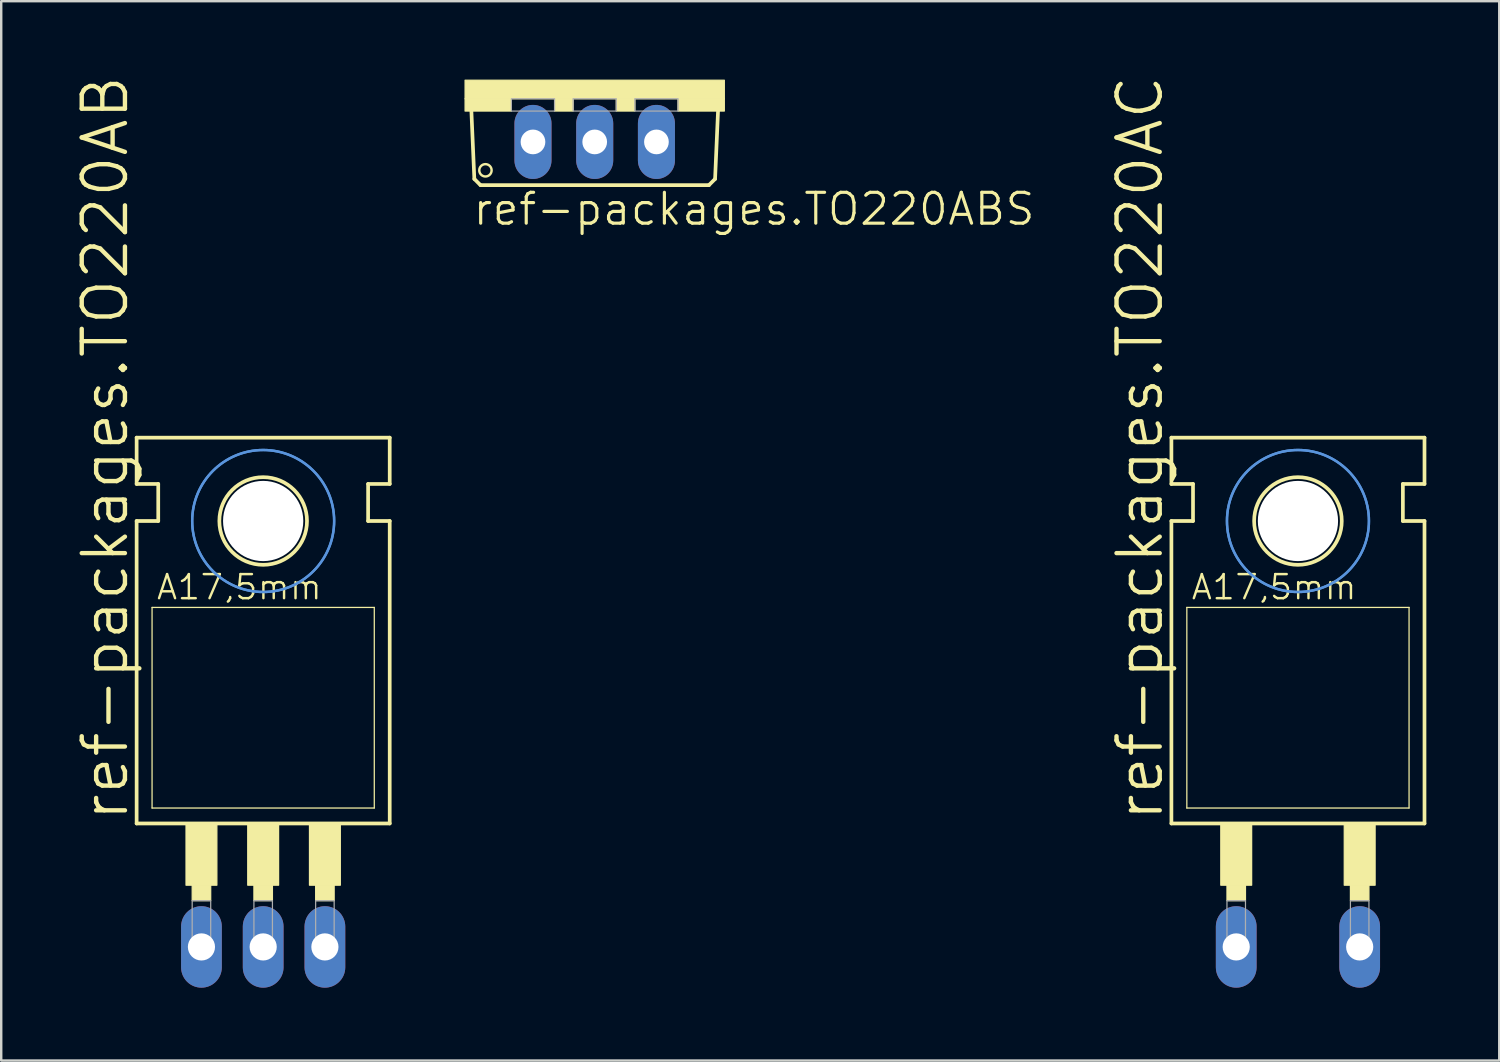
<source format=kicad_pcb>
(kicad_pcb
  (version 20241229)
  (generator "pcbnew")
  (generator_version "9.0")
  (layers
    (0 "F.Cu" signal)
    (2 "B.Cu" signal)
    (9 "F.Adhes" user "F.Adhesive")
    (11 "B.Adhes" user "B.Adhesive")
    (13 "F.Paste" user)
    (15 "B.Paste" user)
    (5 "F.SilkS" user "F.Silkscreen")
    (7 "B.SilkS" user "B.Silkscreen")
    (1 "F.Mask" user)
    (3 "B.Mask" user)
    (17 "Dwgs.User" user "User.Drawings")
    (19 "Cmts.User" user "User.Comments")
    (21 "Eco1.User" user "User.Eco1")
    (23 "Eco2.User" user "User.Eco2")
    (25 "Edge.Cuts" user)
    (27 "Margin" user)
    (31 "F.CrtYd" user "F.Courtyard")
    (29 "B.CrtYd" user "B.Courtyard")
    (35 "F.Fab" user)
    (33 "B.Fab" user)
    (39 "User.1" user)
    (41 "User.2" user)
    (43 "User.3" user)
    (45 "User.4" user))
  (footprint "ref-packages.TO220AB"
    (layer "F.Cu")
    (at 7.779 29.564)
    (property "Reference" "ref-packages.TO220AB" (at -5.461 1.27 90) (layer "F.SilkS") (effects (font (size 1.778 1.778) (thickness 0.18)) (justify left bottom)))
    (attr through_hole)
    (fp_line (start -5.207 -12.7) (end -5.207 -14.605) (stroke (width 0.152) (type default)) (layer "F.SilkS"))
    (fp_line (start -5.207 -11.176) (end -4.318 -11.176) (stroke (width 0.152) (type default)) (layer "F.SilkS"))
    (fp_line (start -5.207 1.27) (end -5.207 -11.176) (stroke (width 0.152) (type default)) (layer "F.SilkS"))
    (fp_line (start -5.207 1.27) (end 5.207 1.27) (stroke (width 0.152) (type default)) (layer "F.SilkS"))
    (fp_line (start -4.572 0.635) (end -4.572 -7.62) (stroke (width 0.051) (type default)) (layer "F.SilkS"))
    (fp_line (start -4.572 0.635) (end 4.572 0.635) (stroke (width 0.051) (type default)) (layer "F.SilkS"))
    (fp_line (start -4.318 -12.7) (end -5.207 -12.7) (stroke (width 0.152) (type default)) (layer "F.SilkS"))
    (fp_line (start -4.318 -11.176) (end -4.318 -12.7) (stroke (width 0.152) (type default)) (layer "F.SilkS"))
    (fp_line (start 4.318 -12.7) (end 5.207 -12.7) (stroke (width 0.152) (type default)) (layer "F.SilkS"))
    (fp_line (start 4.318 -11.176) (end 4.318 -12.7) (stroke (width 0.152) (type default)) (layer "F.SilkS"))
    (fp_line (start 4.572 -7.62) (end -4.572 -7.62) (stroke (width 0.051) (type default)) (layer "F.SilkS"))
    (fp_line (start 4.572 -7.62) (end 4.572 0.635) (stroke (width 0.051) (type default)) (layer "F.SilkS"))
    (fp_line (start 5.207 -14.605) (end -5.207 -14.605) (stroke (width 0.152) (type default)) (layer "F.SilkS"))
    (fp_line (start 5.207 -12.7) (end 5.207 -14.605) (stroke (width 0.152) (type default)) (layer "F.SilkS"))
    (fp_line (start 5.207 -11.176) (end 4.318 -11.176) (stroke (width 0.152) (type default)) (layer "F.SilkS"))
    (fp_line (start 5.207 1.27) (end 5.207 -11.176) (stroke (width 0.152) (type default)) (layer "F.SilkS"))
    (fp_rect (start -3.175 3.81) (end -1.905 1.27) (stroke (width 0.05) (type default)) (fill yes) (layer "F.SilkS"))
    (fp_rect (start -2.921 4.445) (end -2.159 3.81) (stroke (width 0.05) (type default)) (fill yes) (layer "F.SilkS"))
    (fp_rect (start -0.635 3.81) (end 0.635 1.27) (stroke (width 0.05) (type default)) (fill yes) (layer "F.SilkS"))
    (fp_rect (start -0.381 4.445) (end 0.381 3.81) (stroke (width 0.05) (type default)) (fill yes) (layer "F.SilkS"))
    (fp_rect (start 1.905 3.81) (end 3.175 1.27) (stroke (width 0.05) (type default)) (fill yes) (layer "F.SilkS"))
    (fp_rect (start 2.159 4.445) (end 2.921 3.81) (stroke (width 0.05) (type default)) (fill yes) (layer "F.SilkS"))
    (fp_circle (center 0 -11.176) (end 1.803 -11.176) (stroke (width 0.152) (type default)) (fill no) (layer "F.SilkS"))
    (fp_circle (center 0 -11.176) (end 2.921 -11.176) (stroke (width 0.1) (type default)) (fill no) (layer "Cmts.User"))
    (fp_circle (center 0 -11.176) (end 2.921 -11.176) (stroke (width 0.1) (type default)) (fill no) (layer "Cmts.User"))
    (fp_rect (start -2.921 6.35) (end -2.159 4.445) (stroke (width 0.05) (type default)) (fill no) (layer "F.Fab"))
    (fp_rect (start -0.381 6.35) (end 0.381 4.445) (stroke (width 0.05) (type default)) (fill no) (layer "F.Fab"))
    (fp_rect (start 2.159 6.35) (end 2.921 4.445) (stroke (width 0.05) (type default)) (fill no) (layer "F.Fab"))
    (fp_text user "A17,5mm" (at -4.445 -7.874 0) (layer "F.SilkS") (effects (font (size 0.991 0.991) (thickness 0.1)) (justify left bottom)))
    (pad "" np_thru_hole circle (at 0 -11.176) (size 3.302 3.302) (drill 3.302) (layers "*.Cu" "*.Mask"))
    (pad "A1" thru_hole oval (at -2.54 6.35 90) (size 3.353 1.676) (drill 1.118) (layers "*.Cu" "*.Mask"))
    (pad "A2" thru_hole oval (at 2.54 6.35 90) (size 3.353 1.676) (drill 1.118) (layers "*.Cu" "*.Mask"))
    (pad "C" thru_hole oval (at 0 6.35 90) (size 3.353 1.676) (drill 1.118) (layers "*.Cu" "*.Mask")))
  (footprint "ref-packages.TO220ABS"
    (layer "F.Cu")
    (at 21.421 0.25)
    (property "Reference" "ref-packages.TO220ABS" (at -5.08 6.045 0) (layer "F.SilkS") (effects (font (size 1.27 1.27) (thickness 0.13)) (justify left bottom)))
    (attr through_hole)
    (fp_line (start -4.953 4.064) (end -5.08 1.143) (stroke (width 0.152) (type default)) (layer "F.SilkS"))
    (fp_line (start -4.953 4.064) (end -4.699 4.318) (stroke (width 0.152) (type default)) (layer "F.SilkS"))
    (fp_line (start 4.699 4.318) (end -4.699 4.318) (stroke (width 0.152) (type default)) (layer "F.SilkS"))
    (fp_line (start 4.699 4.318) (end 4.953 4.064) (stroke (width 0.152) (type default)) (layer "F.SilkS"))
    (fp_line (start 5.08 1.143) (end 4.953 4.064) (stroke (width 0.152) (type default)) (layer "F.SilkS"))
    (fp_rect (start -5.334 0.762) (end 5.334 0) (stroke (width 0.05) (type default)) (fill yes) (layer "F.SilkS"))
    (fp_rect (start -5.334 1.27) (end -3.429 0.762) (stroke (width 0.05) (type default)) (fill yes) (layer "F.SilkS"))
    (fp_rect (start -1.651 1.27) (end -0.889 0.762) (stroke (width 0.05) (type default)) (fill yes) (layer "F.SilkS"))
    (fp_rect (start 0.889 1.27) (end 1.651 0.762) (stroke (width 0.05) (type default)) (fill yes) (layer "F.SilkS"))
    (fp_rect (start 3.429 1.27) (end 5.334 0.762) (stroke (width 0.05) (type default)) (fill yes) (layer "F.SilkS"))
    (fp_circle (center -4.496 3.708) (end -4.242 3.708) (stroke (width 0.1) (type default)) (fill no) (layer "F.SilkS"))
    (fp_rect (start -3.429 1.27) (end -1.651 0.762) (stroke (width 0.05) (type default)) (fill no) (layer "F.Fab"))
    (fp_rect (start -0.889 1.27) (end 0.889 0.762) (stroke (width 0.05) (type default)) (fill no) (layer "F.Fab"))
    (fp_rect (start 1.651 1.27) (end 3.429 0.762) (stroke (width 0.05) (type default)) (fill no) (layer "F.Fab"))
    (pad "A1" thru_hole oval (at -2.54 2.54 90) (size 3.048 1.524) (drill 1.016) (layers "*.Cu" "*.Mask"))
    (pad "A2" thru_hole oval (at 2.54 2.54 90) (size 3.048 1.524) (drill 1.016) (layers "*.Cu" "*.Mask"))
    (pad "C" thru_hole oval (at 0 2.54 90) (size 3.048 1.524) (drill 1.016) (layers "*.Cu" "*.Mask")))
  (footprint "ref-packages.TO220AC"
    (layer "F.Cu")
    (at 50.358 29.564)
    (property "Reference" "ref-packages.TO220AC" (at -5.461 1.27 90) (layer "F.SilkS") (effects (font (size 1.778 1.778) (thickness 0.18)) (justify left bottom)))
    (attr through_hole)
    (fp_line (start -5.207 -12.7) (end -5.207 -14.605) (stroke (width 0.152) (type default)) (layer "F.SilkS"))
    (fp_line (start -5.207 -11.176) (end -4.318 -11.176) (stroke (width 0.152) (type default)) (layer "F.SilkS"))
    (fp_line (start -5.207 1.27) (end -5.207 -11.176) (stroke (width 0.152) (type default)) (layer "F.SilkS"))
    (fp_line (start -5.207 1.27) (end 5.207 1.27) (stroke (width 0.152) (type default)) (layer "F.SilkS"))
    (fp_line (start -4.572 0.635) (end -4.572 -7.62) (stroke (width 0.051) (type default)) (layer "F.SilkS"))
    (fp_line (start -4.572 0.635) (end 4.572 0.635) (stroke (width 0.051) (type default)) (layer "F.SilkS"))
    (fp_line (start -4.318 -12.7) (end -5.207 -12.7) (stroke (width 0.152) (type default)) (layer "F.SilkS"))
    (fp_line (start -4.318 -11.176) (end -4.318 -12.7) (stroke (width 0.152) (type default)) (layer "F.SilkS"))
    (fp_line (start 4.318 -12.7) (end 5.207 -12.7) (stroke (width 0.152) (type default)) (layer "F.SilkS"))
    (fp_line (start 4.318 -11.176) (end 4.318 -12.7) (stroke (width 0.152) (type default)) (layer "F.SilkS"))
    (fp_line (start 4.572 -7.62) (end -4.572 -7.62) (stroke (width 0.051) (type default)) (layer "F.SilkS"))
    (fp_line (start 4.572 -7.62) (end 4.572 0.635) (stroke (width 0.051) (type default)) (layer "F.SilkS"))
    (fp_line (start 5.207 -14.605) (end -5.207 -14.605) (stroke (width 0.152) (type default)) (layer "F.SilkS"))
    (fp_line (start 5.207 -12.7) (end 5.207 -14.605) (stroke (width 0.152) (type default)) (layer "F.SilkS"))
    (fp_line (start 5.207 -11.176) (end 4.318 -11.176) (stroke (width 0.152) (type default)) (layer "F.SilkS"))
    (fp_line (start 5.207 1.27) (end 5.207 -11.176) (stroke (width 0.152) (type default)) (layer "F.SilkS"))
    (fp_rect (start -3.175 3.81) (end -1.905 1.27) (stroke (width 0.05) (type default)) (fill yes) (layer "F.SilkS"))
    (fp_rect (start -2.921 4.445) (end -2.159 3.81) (stroke (width 0.05) (type default)) (fill yes) (layer "F.SilkS"))
    (fp_rect (start 1.905 3.81) (end 3.175 1.27) (stroke (width 0.05) (type default)) (fill yes) (layer "F.SilkS"))
    (fp_rect (start 2.159 4.445) (end 2.921 3.81) (stroke (width 0.05) (type default)) (fill yes) (layer "F.SilkS"))
    (fp_circle (center 0 -11.176) (end 1.803 -11.176) (stroke (width 0.152) (type default)) (fill no) (layer "F.SilkS"))
    (fp_circle (center 0 -11.176) (end 2.921 -11.176) (stroke (width 0.1) (type default)) (fill no) (layer "Cmts.User"))
    (fp_circle (center 0 -11.176) (end 2.921 -11.176) (stroke (width 0.1) (type default)) (fill no) (layer "Cmts.User"))
    (fp_rect (start -2.921 6.35) (end -2.159 4.445) (stroke (width 0.05) (type default)) (fill no) (layer "F.Fab"))
    (fp_rect (start 2.159 6.35) (end 2.921 4.445) (stroke (width 0.05) (type default)) (fill no) (layer "F.Fab"))
    (fp_text user "A17,5mm" (at -4.445 -7.874 0) (layer "F.SilkS") (effects (font (size 0.991 0.991) (thickness 0.1)) (justify left bottom)))
    (pad "" np_thru_hole circle (at 0 -11.176) (size 3.302 3.302) (drill 3.302) (layers "*.Cu" "*.Mask"))
    (pad "A" thru_hole oval (at 2.54 6.35 90) (size 3.353 1.676) (drill 1.118) (layers "*.Cu" "*.Mask"))
    (pad "C" thru_hole oval (at -2.54 6.35 90) (size 3.353 1.676) (drill 1.118) (layers "*.Cu" "*.Mask")))
  (gr_rect
    (start -3 -3)
    (end 58.641 40.59)
    (stroke (width 0.1) (type default))
    (fill no)
    (layer "Edge.Cuts")))
</source>
